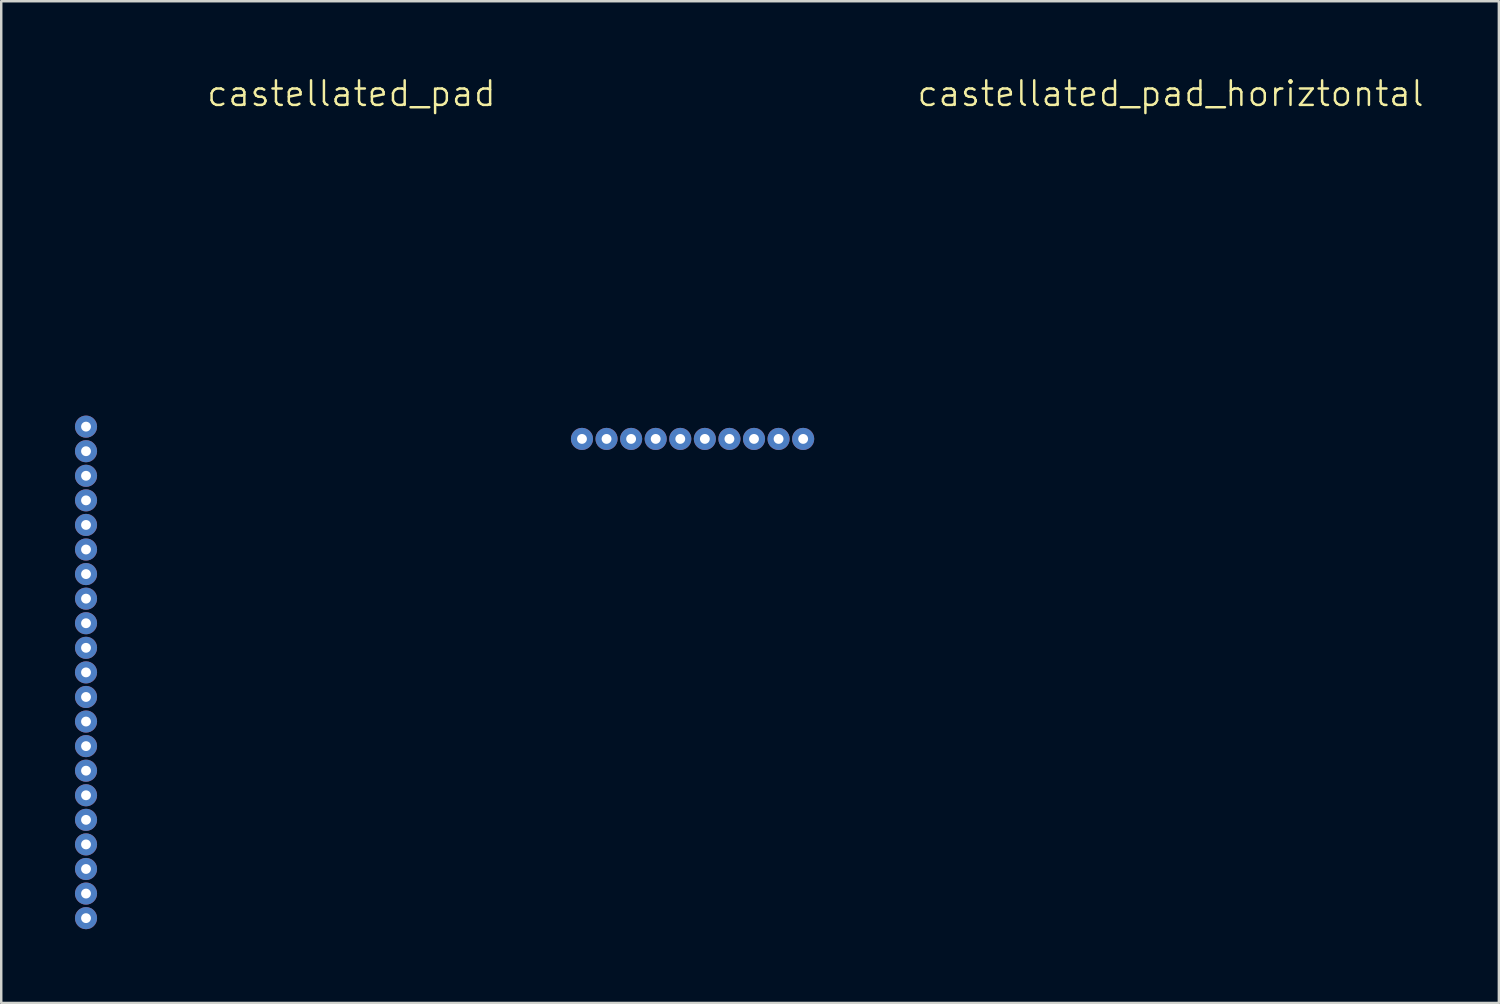
<source format=kicad_pcb>
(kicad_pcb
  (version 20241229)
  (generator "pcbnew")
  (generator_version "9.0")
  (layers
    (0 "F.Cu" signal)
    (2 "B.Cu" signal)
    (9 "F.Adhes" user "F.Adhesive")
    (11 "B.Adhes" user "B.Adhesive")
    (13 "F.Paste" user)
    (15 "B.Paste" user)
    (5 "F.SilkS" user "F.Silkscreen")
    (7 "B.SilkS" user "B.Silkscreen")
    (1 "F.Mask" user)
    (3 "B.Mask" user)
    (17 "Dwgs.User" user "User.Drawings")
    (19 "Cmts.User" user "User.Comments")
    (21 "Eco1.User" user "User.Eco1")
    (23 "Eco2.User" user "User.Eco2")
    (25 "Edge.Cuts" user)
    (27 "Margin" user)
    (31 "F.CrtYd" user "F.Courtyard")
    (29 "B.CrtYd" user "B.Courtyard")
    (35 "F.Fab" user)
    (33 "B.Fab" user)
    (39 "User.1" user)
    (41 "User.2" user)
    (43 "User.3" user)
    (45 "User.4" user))
  (footprint "castellated_pad"
    (layer "F.Cu")
    (at 0.45 14.31)
    (property "Reference" "castellated_pad" (at 10.8 -13.55 0) (unlocked yes) (layer "F.SilkS") (effects (font (size 1 1) (thickness 0.1))))
    (attr smd)
    (pad "1" thru_hole circle (at 0 0) (size 0.9 0.9) (drill 0.4) (layers "*.Cu" "*.Mask"))
    (pad "1" thru_hole circle (at 0 1) (size 0.9 0.9) (drill 0.4) (layers "*.Cu" "*.Mask"))
    (pad "1" thru_hole circle (at 0 2) (size 0.9 0.9) (drill 0.4) (layers "*.Cu" "*.Mask"))
    (pad "1" thru_hole circle (at 0 3) (size 0.9 0.9) (drill 0.4) (layers "*.Cu" "*.Mask"))
    (pad "1" thru_hole circle (at 0 4) (size 0.9 0.9) (drill 0.4) (layers "*.Cu" "*.Mask"))
    (pad "1" thru_hole circle (at 0 5) (size 0.9 0.9) (drill 0.4) (layers "*.Cu" "*.Mask"))
    (pad "1" thru_hole circle (at 0 6) (size 0.9 0.9) (drill 0.4) (layers "*.Cu" "*.Mask"))
    (pad "1" thru_hole circle (at 0 7) (size 0.9 0.9) (drill 0.4) (layers "*.Cu" "*.Mask"))
    (pad "1" thru_hole circle (at 0 8) (size 0.9 0.9) (drill 0.4) (layers "*.Cu" "*.Mask"))
    (pad "1" thru_hole circle (at 0 9) (size 0.9 0.9) (drill 0.4) (layers "*.Cu" "*.Mask"))
    (pad "1" thru_hole circle (at 0 10) (size 0.9 0.9) (drill 0.4) (layers "*.Cu" "*.Mask"))
    (pad "1" thru_hole circle (at 0 11) (size 0.9 0.9) (drill 0.4) (layers "*.Cu" "*.Mask"))
    (pad "1" thru_hole circle (at 0 12) (size 0.9 0.9) (drill 0.4) (layers "*.Cu" "*.Mask"))
    (pad "1" thru_hole circle (at 0 13) (size 0.9 0.9) (drill 0.4) (layers "*.Cu" "*.Mask"))
    (pad "1" thru_hole circle (at 0 14) (size 0.9 0.9) (drill 0.4) (layers "*.Cu" "*.Mask"))
    (pad "1" thru_hole circle (at 0 15) (size 0.9 0.9) (drill 0.4) (layers "*.Cu" "*.Mask"))
    (pad "1" thru_hole circle (at 0 16) (size 0.9 0.9) (drill 0.4) (layers "*.Cu" "*.Mask"))
    (pad "1" thru_hole circle (at 0 17) (size 0.9 0.9) (drill 0.4) (layers "*.Cu" "*.Mask"))
    (pad "1" thru_hole circle (at 0 18) (size 0.9 0.9) (drill 0.4) (layers "*.Cu" "*.Mask"))
    (pad "1" thru_hole circle (at 0 19) (size 0.9 0.9) (drill 0.4) (layers "*.Cu" "*.Mask"))
    (pad "1" thru_hole circle (at 0 20) (size 0.9 0.9) (drill 0.4) (layers "*.Cu" "*.Mask")))
  (footprint "castellated_pad_horiztontal"
    (layer "F.Cu")
    (at 20.631 14.81)
    (property "Reference" "castellated_pad_horiztontal" (at 23.95 -14.05 0) (unlocked yes) (layer "F.SilkS") (effects (font (size 1 1) (thickness 0.1))))
    (attr smd)
    (pad "1" thru_hole circle (at 0 0) (size 0.9 0.9) (drill 0.4) (layers "*.Cu" "*.Mask"))
    (pad "1" thru_hole circle (at 1 0) (size 0.9 0.9) (drill 0.4) (layers "*.Cu" "*.Mask"))
    (pad "1" thru_hole circle (at 2 0) (size 0.9 0.9) (drill 0.4) (layers "*.Cu" "*.Mask"))
    (pad "1" thru_hole circle (at 3 0) (size 0.9 0.9) (drill 0.4) (layers "*.Cu" "*.Mask"))
    (pad "1" thru_hole circle (at 4 0) (size 0.9 0.9) (drill 0.4) (layers "*.Cu" "*.Mask"))
    (pad "1" thru_hole circle (at 5 0) (size 0.9 0.9) (drill 0.4) (layers "*.Cu" "*.Mask"))
    (pad "1" thru_hole circle (at 6 0) (size 0.9 0.9) (drill 0.4) (layers "*.Cu" "*.Mask"))
    (pad "1" thru_hole circle (at 7 0) (size 0.9 0.9) (drill 0.4) (layers "*.Cu" "*.Mask"))
    (pad "1" thru_hole circle (at 8 0) (size 0.9 0.9) (drill 0.4) (layers "*.Cu" "*.Mask"))
    (pad "1" thru_hole circle (at 9 0) (size 0.9 0.9) (drill 0.4) (layers "*.Cu" "*.Mask")))
  (gr_rect
    (start -3 -3)
    (end 57.94 37.761)
    (stroke (width 0.1) (type default))
    (fill no)
    (layer "Edge.Cuts")))
</source>
